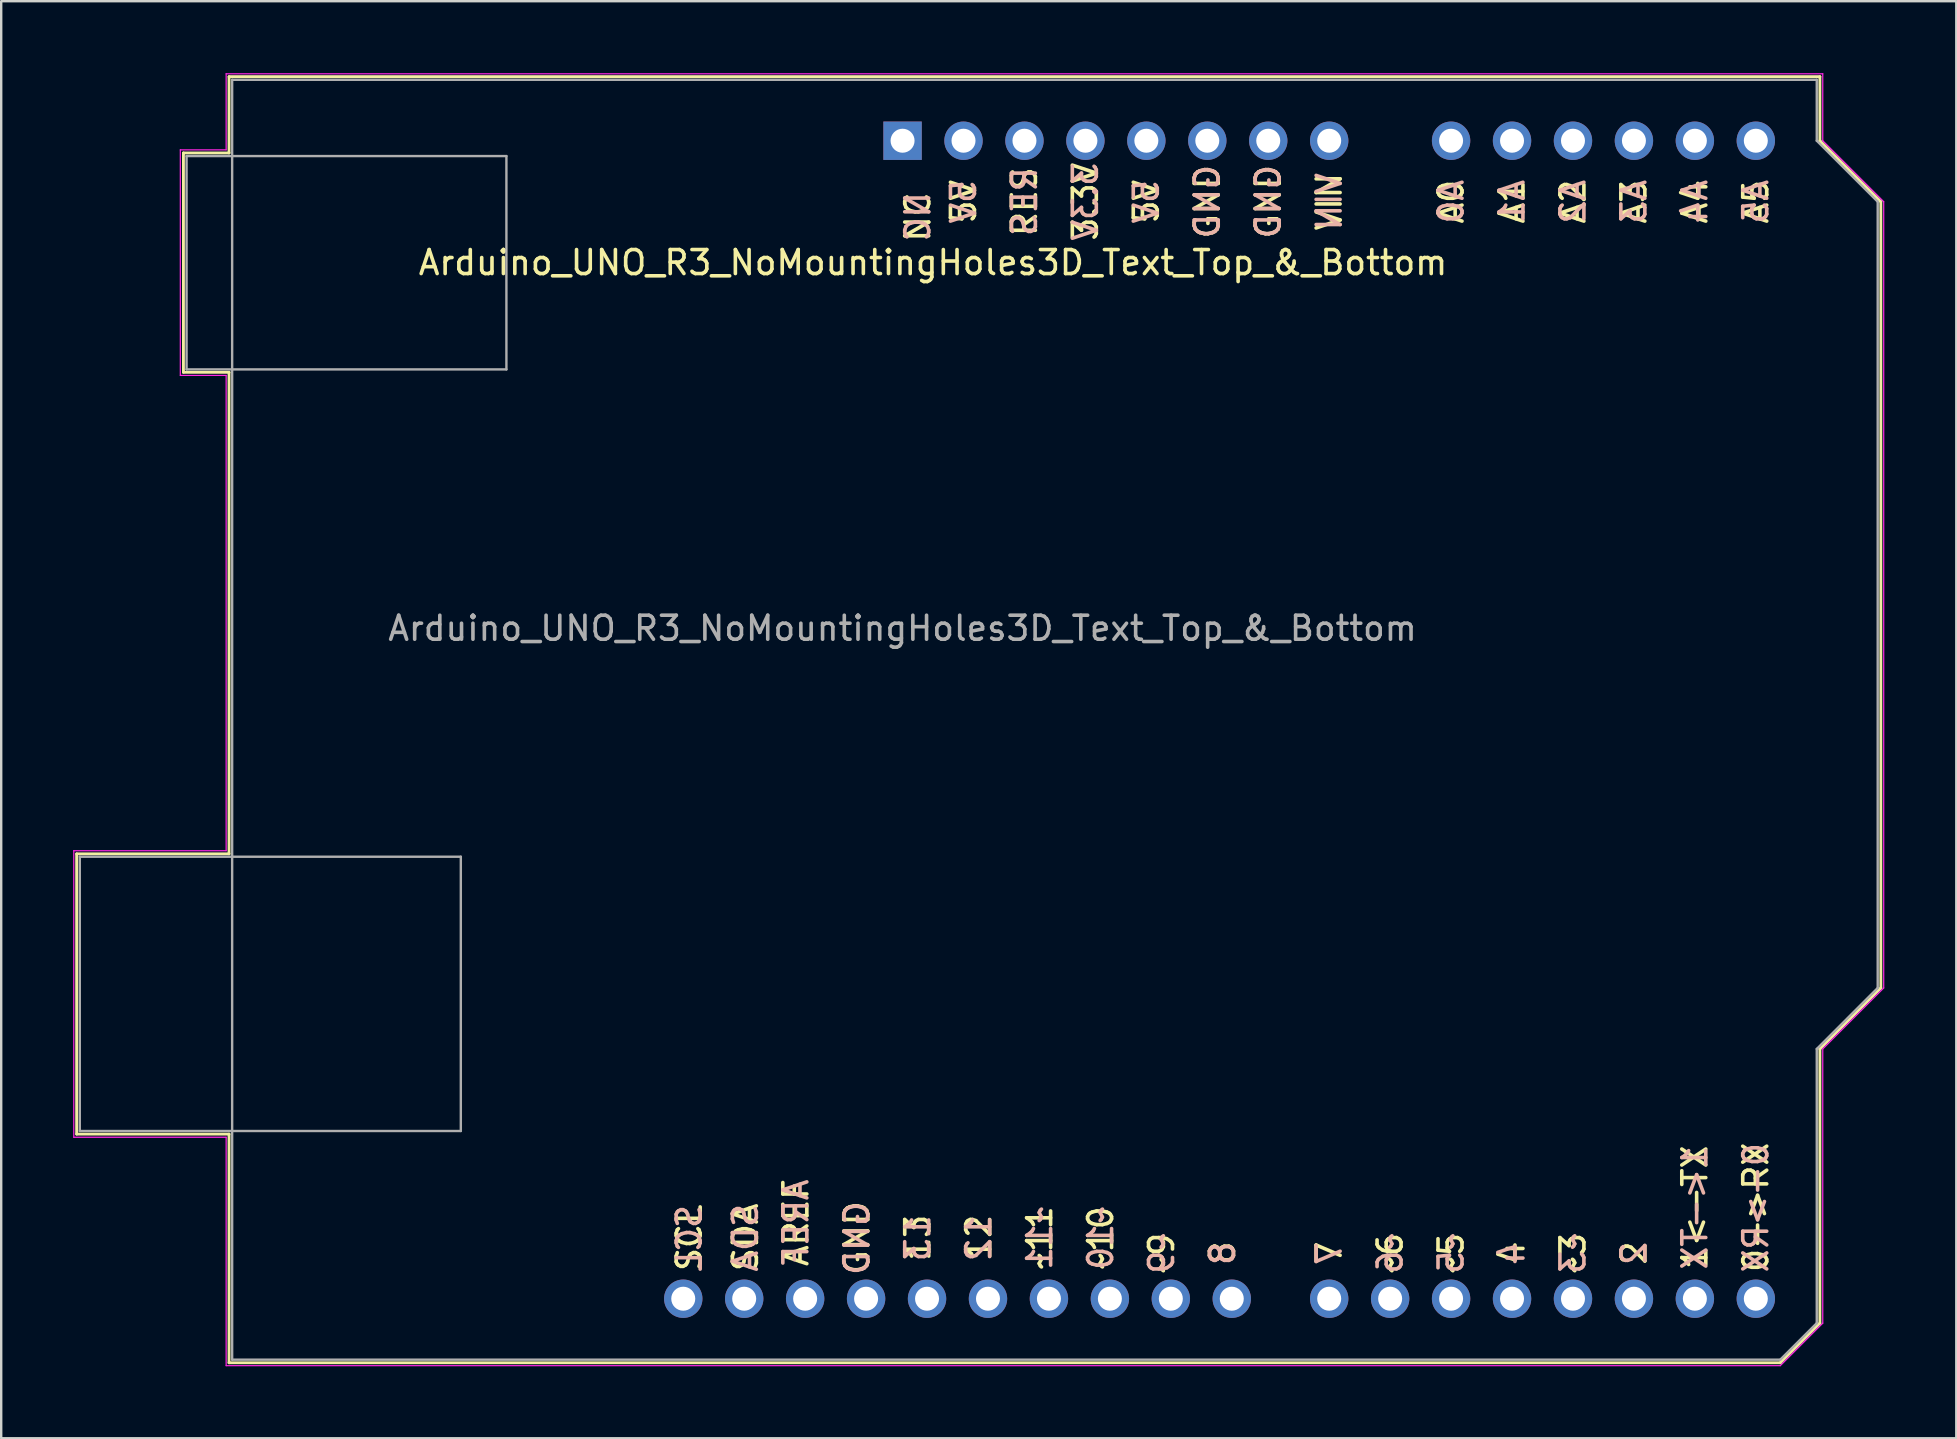
<source format=kicad_pcb>
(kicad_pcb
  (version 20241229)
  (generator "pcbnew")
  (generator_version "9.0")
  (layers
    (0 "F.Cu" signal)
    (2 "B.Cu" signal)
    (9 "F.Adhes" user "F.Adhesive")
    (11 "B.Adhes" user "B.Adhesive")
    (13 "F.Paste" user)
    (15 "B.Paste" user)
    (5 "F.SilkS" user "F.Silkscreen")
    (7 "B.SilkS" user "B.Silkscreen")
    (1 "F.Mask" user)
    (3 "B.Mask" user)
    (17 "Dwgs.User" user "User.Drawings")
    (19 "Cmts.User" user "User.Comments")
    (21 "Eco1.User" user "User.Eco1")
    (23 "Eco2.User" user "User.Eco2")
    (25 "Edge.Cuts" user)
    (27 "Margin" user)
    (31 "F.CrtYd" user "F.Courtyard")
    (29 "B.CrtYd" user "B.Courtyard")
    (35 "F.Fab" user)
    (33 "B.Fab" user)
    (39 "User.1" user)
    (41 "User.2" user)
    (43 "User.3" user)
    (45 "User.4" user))
  (footprint "Arduino_UNO_R3_NoMountingHoles3D_Text_Top_&_Bottom"
    (layer "F.Cu")
    (at 34.565 2.815)
    (property "Reference" "Arduino_UNO_R3_NoMountingHoles3D_Text_Top_&_Bottom" (at 1.27 5.08 180) (layer "F.SilkS") (effects (font (size 1 1) (thickness 0.15))))
    (attr through_hole)
    (fp_line (start -34.42 29.72) (end -34.42 41.4) (stroke (width 0.12) (type solid)) (layer "F.SilkS"))
    (fp_line (start -34.42 41.4) (end -28.07 41.4) (stroke (width 0.12) (type solid)) (layer "F.SilkS"))
    (fp_line (start -29.97 0.51) (end -29.97 9.65) (stroke (width 0.12) (type solid)) (layer "F.SilkS"))
    (fp_line (start -29.97 9.65) (end -28.07 9.65) (stroke (width 0.12) (type solid)) (layer "F.SilkS"))
    (fp_line (start -28.07 -2.67) (end -28.07 0.51) (stroke (width 0.12) (type solid)) (layer "F.SilkS"))
    (fp_line (start -28.07 0.51) (end -29.97 0.51) (stroke (width 0.12) (type solid)) (layer "F.SilkS"))
    (fp_line (start -28.07 9.65) (end -28.07 29.72) (stroke (width 0.12) (type solid)) (layer "F.SilkS"))
    (fp_line (start -28.07 29.72) (end -34.42 29.72) (stroke (width 0.12) (type solid)) (layer "F.SilkS"))
    (fp_line (start -28.07 41.4) (end -28.07 50.93) (stroke (width 0.12) (type solid)) (layer "F.SilkS"))
    (fp_line (start -28.07 50.93) (end 36.58 50.93) (stroke (width 0.12) (type solid)) (layer "F.SilkS"))
    (fp_line (start 36.58 50.93) (end 38.23 49.28) (stroke (width 0.12) (type solid)) (layer "F.SilkS"))
    (fp_line (start 38.23 -2.67) (end -28.07 -2.67) (stroke (width 0.12) (type solid)) (layer "F.SilkS"))
    (fp_line (start 38.23 0) (end 38.23 -2.67) (stroke (width 0.12) (type solid)) (layer "F.SilkS"))
    (fp_line (start 38.23 37.85) (end 40.77 35.31) (stroke (width 0.12) (type solid)) (layer "F.SilkS"))
    (fp_line (start 38.23 49.28) (end 38.23 37.85) (stroke (width 0.12) (type solid)) (layer "F.SilkS"))
    (fp_line (start 40.77 2.54) (end 38.23 0) (stroke (width 0.12) (type solid)) (layer "F.SilkS"))
    (fp_line (start 40.77 35.31) (end 40.77 2.54) (stroke (width 0.12) (type solid)) (layer "F.SilkS"))
    (fp_line (start -34.54 29.59) (end -28.19 29.59) (stroke (width 0.05) (type solid)) (layer "F.CrtYd"))
    (fp_line (start -34.54 41.53) (end -34.54 29.59) (stroke (width 0.05) (type solid)) (layer "F.CrtYd"))
    (fp_line (start -30.1 0.38) (end -28.19 0.38) (stroke (width 0.05) (type solid)) (layer "F.CrtYd"))
    (fp_line (start -30.1 9.78) (end -30.1 0.38) (stroke (width 0.05) (type solid)) (layer "F.CrtYd"))
    (fp_line (start -28.19 -2.79) (end 38.35 -2.79) (stroke (width 0.05) (type solid)) (layer "F.CrtYd"))
    (fp_line (start -28.19 0.38) (end -28.19 -2.79) (stroke (width 0.05) (type solid)) (layer "F.CrtYd"))
    (fp_line (start -28.19 9.78) (end -30.1 9.78) (stroke (width 0.05) (type solid)) (layer "F.CrtYd"))
    (fp_line (start -28.19 29.59) (end -28.19 9.78) (stroke (width 0.05) (type solid)) (layer "F.CrtYd"))
    (fp_line (start -28.19 41.53) (end -34.54 41.53) (stroke (width 0.05) (type solid)) (layer "F.CrtYd"))
    (fp_line (start -28.19 51.05) (end -28.19 41.53) (stroke (width 0.05) (type solid)) (layer "F.CrtYd"))
    (fp_line (start 36.58 51.05) (end -28.19 51.05) (stroke (width 0.05) (type solid)) (layer "F.CrtYd"))
    (fp_line (start 38.35 -2.79) (end 38.35 0) (stroke (width 0.05) (type solid)) (layer "F.CrtYd"))
    (fp_line (start 38.35 0) (end 40.89 2.54) (stroke (width 0.05) (type solid)) (layer "F.CrtYd"))
    (fp_line (start 38.35 37.85) (end 38.35 49.28) (stroke (width 0.05) (type solid)) (layer "F.CrtYd"))
    (fp_line (start 38.35 49.28) (end 36.58 51.05) (stroke (width 0.05) (type solid)) (layer "F.CrtYd"))
    (fp_line (start 40.89 2.54) (end 40.89 35.31) (stroke (width 0.05) (type solid)) (layer "F.CrtYd"))
    (fp_line (start 40.89 35.31) (end 38.35 37.85) (stroke (width 0.05) (type solid)) (layer "F.CrtYd"))
    (fp_line (start -34.29 29.84) (end -18.41 29.84) (stroke (width 0.1) (type solid)) (layer "F.Fab"))
    (fp_line (start -34.29 41.27) (end -34.29 29.84) (stroke (width 0.1) (type solid)) (layer "F.Fab"))
    (fp_line (start -29.84 0.64) (end -16.51 0.64) (stroke (width 0.1) (type solid)) (layer "F.Fab"))
    (fp_line (start -29.84 9.53) (end -29.84 0.64) (stroke (width 0.1) (type solid)) (layer "F.Fab"))
    (fp_line (start -27.94 -2.54) (end 38.1 -2.54) (stroke (width 0.1) (type solid)) (layer "F.Fab"))
    (fp_line (start -27.94 50.8) (end -27.94 -2.54) (stroke (width 0.1) (type solid)) (layer "F.Fab"))
    (fp_line (start -18.41 29.84) (end -18.41 41.27) (stroke (width 0.1) (type solid)) (layer "F.Fab"))
    (fp_line (start -18.41 41.27) (end -34.29 41.27) (stroke (width 0.1) (type solid)) (layer "F.Fab"))
    (fp_line (start -16.51 0.64) (end -16.51 9.53) (stroke (width 0.1) (type solid)) (layer "F.Fab"))
    (fp_line (start -16.51 9.53) (end -29.84 9.53) (stroke (width 0.1) (type solid)) (layer "F.Fab"))
    (fp_line (start 36.58 50.8) (end -27.94 50.8) (stroke (width 0.1) (type solid)) (layer "F.Fab"))
    (fp_line (start 38.1 -2.54) (end 38.1 0) (stroke (width 0.1) (type solid)) (layer "F.Fab"))
    (fp_line (start 38.1 0) (end 40.64 2.54) (stroke (width 0.1) (type solid)) (layer "F.Fab"))
    (fp_line (start 38.1 37.85) (end 38.1 49.28) (stroke (width 0.1) (type solid)) (layer "F.Fab"))
    (fp_line (start 38.1 49.28) (end 36.58 50.8) (stroke (width 0.1) (type solid)) (layer "F.Fab"))
    (fp_line (start 40.64 2.54) (end 40.64 35.31) (stroke (width 0.1) (type solid)) (layer "F.Fab"))
    (fp_line (start 40.64 35.31) (end 38.1 37.85) (stroke (width 0.1) (type solid)) (layer "F.Fab"))
    (fp_text user "A2" (at 27.94 2.54 90) (unlocked yes) (layer "F.SilkS") (effects (font (size 1 1) (thickness 0.15))))
    (fp_text user "AREF" (at -4.445 45.085 90) (unlocked yes) (layer "F.SilkS") (effects (font (size 1 1) (thickness 0.15))))
    (fp_text user "A5" (at 35.56 2.54 90) (unlocked yes) (layer "F.SilkS") (effects (font (size 1 1) (thickness 0.15))))
    (fp_text user "~11" (at 5.715 45.72 90) (unlocked yes) (layer "F.SilkS") (effects (font (size 1 1) (thickness 0.15))))
    (fp_text user "4" (at 25.4 46.355 90) (unlocked yes) (layer "F.SilkS") (effects (font (size 1 1) (thickness 0.15))))
    (fp_text user "~9" (at 10.795 46.355 90) (unlocked yes) (layer "F.SilkS") (effects (font (size 1 1) (thickness 0.15))))
    (fp_text user "NC" (at 0.635 3.175 90) (unlocked yes) (layer "F.SilkS") (effects (font (size 1 1) (thickness 0.15))))
    (fp_text user "5V" (at 10.16 2.54 90) (unlocked yes) (layer "F.SilkS") (effects (font (size 1 1) (thickness 0.15))))
    (fp_text user "7" (at 17.78 46.355 90) (unlocked yes) (layer "F.SilkS") (effects (font (size 1 1) (thickness 0.15))))
    (fp_text user "8" (at 13.335 46.355 90) (unlocked yes) (layer "F.SilkS") (effects (font (size 1 1) (thickness 0.15))))
    (fp_text user "~6" (at 20.32 46.355 90) (unlocked yes) (layer "F.SilkS") (effects (font (size 1 1) (thickness 0.15))))
    (fp_text user "A0" (at 22.86 2.54 90) (unlocked yes) (layer "F.SilkS") (effects (font (size 1 1) (thickness 0.15))))
    (fp_text user "13" (at 0.635 45.72 90) (unlocked yes) (layer "F.SilkS") (effects (font (size 1 1) (thickness 0.15))))
    (fp_text user "~5" (at 22.86 46.355 90) (unlocked yes) (layer "F.SilkS") (effects (font (size 1 1) (thickness 0.15))))
    (fp_text user "3.3V" (at 7.62 2.54 90) (unlocked yes) (layer "F.SilkS") (effects (font (size 1 1) (thickness 0.15))))
    (fp_text user "A3" (at 30.48 2.54 90) (unlocked yes) (layer "F.SilkS") (effects (font (size 1 1) (thickness 0.15))))
    (fp_text user "SCL" (at -8.89 45.72 90) (unlocked yes) (layer "F.SilkS") (effects (font (size 1 1) (thickness 0.15))))
    (fp_text user "A1" (at 25.4 2.54 90) (unlocked yes) (layer "F.SilkS") (effects (font (size 1 1) (thickness 0.15))))
    (fp_text user "GND" (at -1.905 45.72 90) (unlocked yes) (layer "F.SilkS") (effects (font (size 1 1) (thickness 0.15))))
    (fp_text user "GND" (at 15.24 2.54 90) (unlocked yes) (layer "F.SilkS") (effects (font (size 1 1) (thickness 0.15))))
    (fp_text user "12" (at 3.175 45.72 90) (unlocked yes) (layer "F.SilkS") (effects (font (size 1 1) (thickness 0.15))))
    (fp_text user "1<-TX" (at 33.02 44.45 90) (unlocked yes) (layer "F.SilkS") (effects (font (size 1 1) (thickness 0.15))))
    (fp_text user "GND" (at 12.7 2.54 90) (unlocked yes) (layer "F.SilkS") (effects (font (size 1 1) (thickness 0.15))))
    (fp_text user "A4" (at 33.02 2.54 90) (unlocked yes) (layer "F.SilkS") (effects (font (size 1 1) (thickness 0.15))))
    (fp_text user "VIN" (at 17.78 2.54 90) (unlocked yes) (layer "F.SilkS") (effects (font (size 1 1) (thickness 0.15))))
    (fp_text user "RES" (at 5.08 2.54 90) (unlocked yes) (layer "F.SilkS") (effects (font (size 1 1) (thickness 0.15))))
    (fp_text user "SDA" (at -6.548 45.7 90) (unlocked yes) (layer "F.SilkS") (effects (font (size 1 1) (thickness 0.15))))
    (fp_text user "2" (at 30.48 46.355 90) (unlocked yes) (layer "F.SilkS") (effects (font (size 1 1) (thickness 0.15))))
    (fp_text user "5V" (at 2.54 2.54 90) (unlocked yes) (layer "F.SilkS") (effects (font (size 1 1) (thickness 0.15))))
    (fp_text user "0->RX" (at 35.56 44.45 90) (unlocked yes) (layer "F.SilkS") (effects (font (size 1 1) (thickness 0.15))))
    (fp_text user "~10" (at 8.255 45.72 90) (unlocked yes) (layer "F.SilkS") (effects (font (size 1 1) (thickness 0.15))))
    (fp_text user "~3" (at 27.94 46.355 90) (unlocked yes) (layer "F.SilkS") (effects (font (size 1 1) (thickness 0.15))))
    (fp_text user "~9" (at 10.795 46.375 90) (unlocked yes) (layer "B.SilkS") (effects (font (size 1 1) (thickness 0.15)) (justify mirror)))
    (fp_text user "3.3V" (at 7.62 2.54 90) (unlocked yes) (layer "B.SilkS") (effects (font (size 1 1) (thickness 0.15)) (justify mirror)))
    (fp_text user "8" (at 13.335 46.375 90) (unlocked yes) (layer "B.SilkS") (effects (font (size 1 1) (thickness 0.15)) (justify mirror)))
    (fp_text user "2" (at 30.48 46.375 90) (unlocked yes) (layer "B.SilkS") (effects (font (size 1 1) (thickness 0.15)) (justify mirror)))
    (fp_text user "RES" (at 5.08 2.54 90) (unlocked yes) (layer "B.SilkS") (effects (font (size 1 1) (thickness 0.15)) (justify mirror)))
    (fp_text user "A2" (at 27.94 2.54 90) (unlocked yes) (layer "B.SilkS") (effects (font (size 1 1) (thickness 0.15)) (justify mirror)))
    (fp_text user "GND" (at 12.7 2.54 90) (unlocked yes) (layer "B.SilkS") (effects (font (size 1 1) (thickness 0.15)) (justify mirror)))
    (fp_text user "~5" (at 22.86 46.375 90) (unlocked yes) (layer "B.SilkS") (effects (font (size 1 1) (thickness 0.15)) (justify mirror)))
    (fp_text user "A3" (at 30.48 2.54 90) (unlocked yes) (layer "B.SilkS") (effects (font (size 1 1) (thickness 0.15)) (justify mirror)))
    (fp_text user "4" (at 25.4 46.375 90) (unlocked yes) (layer "B.SilkS") (effects (font (size 1 1) (thickness 0.15)) (justify mirror)))
    (fp_text user "AREF" (at -4.445 45.105 90) (unlocked yes) (layer "B.SilkS") (effects (font (size 1 1) (thickness 0.15)) (justify mirror)))
    (fp_text user "SDA" (at -6.548 45.72 90) (unlocked yes) (layer "B.SilkS") (effects (font (size 1 1) (thickness 0.15)) (justify mirror)))
    (fp_text user "SCL" (at -8.89 45.74 90) (unlocked yes) (layer "B.SilkS") (effects (font (size 1 1) (thickness 0.15)) (justify mirror)))
    (fp_text user "~10" (at 8.255 45.74 90) (unlocked yes) (layer "B.SilkS") (effects (font (size 1 1) (thickness 0.15)) (justify mirror)))
    (fp_text user "VIN" (at 17.78 2.54 90) (unlocked yes) (layer "B.SilkS") (effects (font (size 1 1) (thickness 0.15)) (justify mirror)))
    (fp_text user "5V" (at 2.54 2.54 90) (unlocked yes) (layer "B.SilkS") (effects (font (size 1 1) (thickness 0.15)) (justify mirror)))
    (fp_text user "NC" (at 0.635 3.175 90) (unlocked yes) (layer "B.SilkS") (effects (font (size 1 1) (thickness 0.15)) (justify mirror)))
    (fp_text user "1<-TX" (at 33.02 44.47 90) (unlocked yes) (layer "B.SilkS") (effects (font (size 1 1) (thickness 0.15)) (justify mirror)))
    (fp_text user "~11" (at 5.715 45.74 90) (unlocked yes) (layer "B.SilkS") (effects (font (size 1 1) (thickness 0.15)) (justify mirror)))
    (fp_text user "0->RX" (at 35.56 44.47 90) (unlocked yes) (layer "B.SilkS") (effects (font (size 1 1) (thickness 0.15)) (justify mirror)))
    (fp_text user "5V" (at 10.16 2.54 90) (unlocked yes) (layer "B.SilkS") (effects (font (size 1 1) (thickness 0.15)) (justify mirror)))
    (fp_text user "GND" (at 15.24 2.54 90) (unlocked yes) (layer "B.SilkS") (effects (font (size 1 1) (thickness 0.15)) (justify mirror)))
    (fp_text user "A1" (at 25.4 2.54 90) (unlocked yes) (layer "B.SilkS") (effects (font (size 1 1) (thickness 0.15)) (justify mirror)))
    (fp_text user "7" (at 17.78 46.375 90) (unlocked yes) (layer "B.SilkS") (effects (font (size 1 1) (thickness 0.15)) (justify mirror)))
    (fp_text user "A0" (at 22.86 2.54 90) (unlocked yes) (layer "B.SilkS") (effects (font (size 1 1) (thickness 0.15)) (justify mirror)))
    (fp_text user "A5" (at 35.56 2.54 90) (unlocked yes) (layer "B.SilkS") (effects (font (size 1 1) (thickness 0.15)) (justify mirror)))
    (fp_text user "A4" (at 33.02 2.54 90) (unlocked yes) (layer "B.SilkS") (effects (font (size 1 1) (thickness 0.15)) (justify mirror)))
    (fp_text user "~6" (at 20.32 46.375 90) (unlocked yes) (layer "B.SilkS") (effects (font (size 1 1) (thickness 0.15)) (justify mirror)))
    (fp_text user "12" (at 3.175 45.74 90) (unlocked yes) (layer "B.SilkS") (effects (font (size 1 1) (thickness 0.15)) (justify mirror)))
    (fp_text user "~3" (at 27.94 46.375 90) (unlocked yes) (layer "B.SilkS") (effects (font (size 1 1) (thickness 0.15)) (justify mirror)))
    (fp_text user "GND" (at -1.905 45.74 90) (unlocked yes) (layer "B.SilkS") (effects (font (size 1 1) (thickness 0.15)) (justify mirror)))
    (fp_text user "13" (at 0.635 45.74 90) (unlocked yes) (layer "B.SilkS") (effects (font (size 1 1) (thickness 0.15)) (justify mirror)))
    (fp_text user "${REFERENCE}" (at 0 20.32 180) (layer "F.Fab") (effects (font (size 1 1) (thickness 0.15))))
    (pad "1" thru_hole rect (at 0 0 90) (size 1.6 1.6) (drill 1) (layers "*.Cu" "*.Mask"))
    (pad "2" thru_hole oval (at 2.54 0 90) (size 1.6 1.6) (drill 1) (layers "*.Cu" "*.Mask"))
    (pad "3" thru_hole oval (at 5.08 0 90) (size 1.6 1.6) (drill 1) (layers "*.Cu" "*.Mask"))
    (pad "4" thru_hole oval (at 7.62 0 90) (size 1.6 1.6) (drill 1) (layers "*.Cu" "*.Mask"))
    (pad "5" thru_hole oval (at 10.16 0 90) (size 1.6 1.6) (drill 1) (layers "*.Cu" "*.Mask"))
    (pad "6" thru_hole oval (at 12.7 0 90) (size 1.6 1.6) (drill 1) (layers "*.Cu" "*.Mask"))
    (pad "7" thru_hole oval (at 15.24 0 90) (size 1.6 1.6) (drill 1) (layers "*.Cu" "*.Mask"))
    (pad "8" thru_hole oval (at 17.78 0 90) (size 1.6 1.6) (drill 1) (layers "*.Cu" "*.Mask"))
    (pad "9" thru_hole oval (at 22.86 0 90) (size 1.6 1.6) (drill 1) (layers "*.Cu" "*.Mask"))
    (pad "10" thru_hole oval (at 25.4 0 90) (size 1.6 1.6) (drill 1) (layers "*.Cu" "*.Mask"))
    (pad "11" thru_hole oval (at 27.94 0 90) (size 1.6 1.6) (drill 1) (layers "*.Cu" "*.Mask"))
    (pad "12" thru_hole oval (at 30.48 0 90) (size 1.6 1.6) (drill 1) (layers "*.Cu" "*.Mask"))
    (pad "13" thru_hole oval (at 33.02 0 90) (size 1.6 1.6) (drill 1) (layers "*.Cu" "*.Mask"))
    (pad "14" thru_hole oval (at 35.56 0 90) (size 1.6 1.6) (drill 1) (layers "*.Cu" "*.Mask"))
    (pad "15" thru_hole oval (at 35.56 48.26 90) (size 1.6 1.6) (drill 1) (layers "*.Cu" "*.Mask"))
    (pad "16" thru_hole oval (at 33.02 48.26 90) (size 1.6 1.6) (drill 1) (layers "*.Cu" "*.Mask"))
    (pad "17" thru_hole oval (at 30.48 48.26 90) (size 1.6 1.6) (drill 1) (layers "*.Cu" "*.Mask"))
    (pad "18" thru_hole oval (at 27.94 48.26 90) (size 1.6 1.6) (drill 1) (layers "*.Cu" "*.Mask"))
    (pad "19" thru_hole oval (at 25.4 48.26 90) (size 1.6 1.6) (drill 1) (layers "*.Cu" "*.Mask"))
    (pad "20" thru_hole oval (at 22.86 48.26 90) (size 1.6 1.6) (drill 1) (layers "*.Cu" "*.Mask"))
    (pad "21" thru_hole oval (at 20.32 48.26 90) (size 1.6 1.6) (drill 1) (layers "*.Cu" "*.Mask"))
    (pad "22" thru_hole oval (at 17.78 48.26 90) (size 1.6 1.6) (drill 1) (layers "*.Cu" "*.Mask"))
    (pad "23" thru_hole oval (at 13.72 48.26 90) (size 1.6 1.6) (drill 1) (layers "*.Cu" "*.Mask"))
    (pad "24" thru_hole oval (at 11.18 48.26 90) (size 1.6 1.6) (drill 1) (layers "*.Cu" "*.Mask"))
    (pad "25" thru_hole oval (at 8.64 48.26 90) (size 1.6 1.6) (drill 1) (layers "*.Cu" "*.Mask"))
    (pad "26" thru_hole oval (at 6.1 48.26 90) (size 1.6 1.6) (drill 1) (layers "*.Cu" "*.Mask"))
    (pad "27" thru_hole oval (at 3.56 48.26 90) (size 1.6 1.6) (drill 1) (layers "*.Cu" "*.Mask"))
    (pad "28" thru_hole oval (at 1.02 48.26 90) (size 1.6 1.6) (drill 1) (layers "*.Cu" "*.Mask"))
    (pad "29" thru_hole oval (at -1.52 48.26 90) (size 1.6 1.6) (drill 1) (layers "*.Cu" "*.Mask"))
    (pad "30" thru_hole oval (at -4.06 48.26 90) (size 1.6 1.6) (drill 1) (layers "*.Cu" "*.Mask"))
    (pad "31" thru_hole oval (at -6.6 48.26 90) (size 1.6 1.6) (drill 1) (layers "*.Cu" "*.Mask"))
    (pad "32" thru_hole oval (at -9.14 48.26 90) (size 1.6 1.6) (drill 1) (layers "*.Cu" "*.Mask")))
  (gr_rect
    (start -3 -3)
    (end 78.48 56.89)
    (stroke (width 0.1) (type default))
    (fill no)
    (layer "Edge.Cuts")))
</source>
